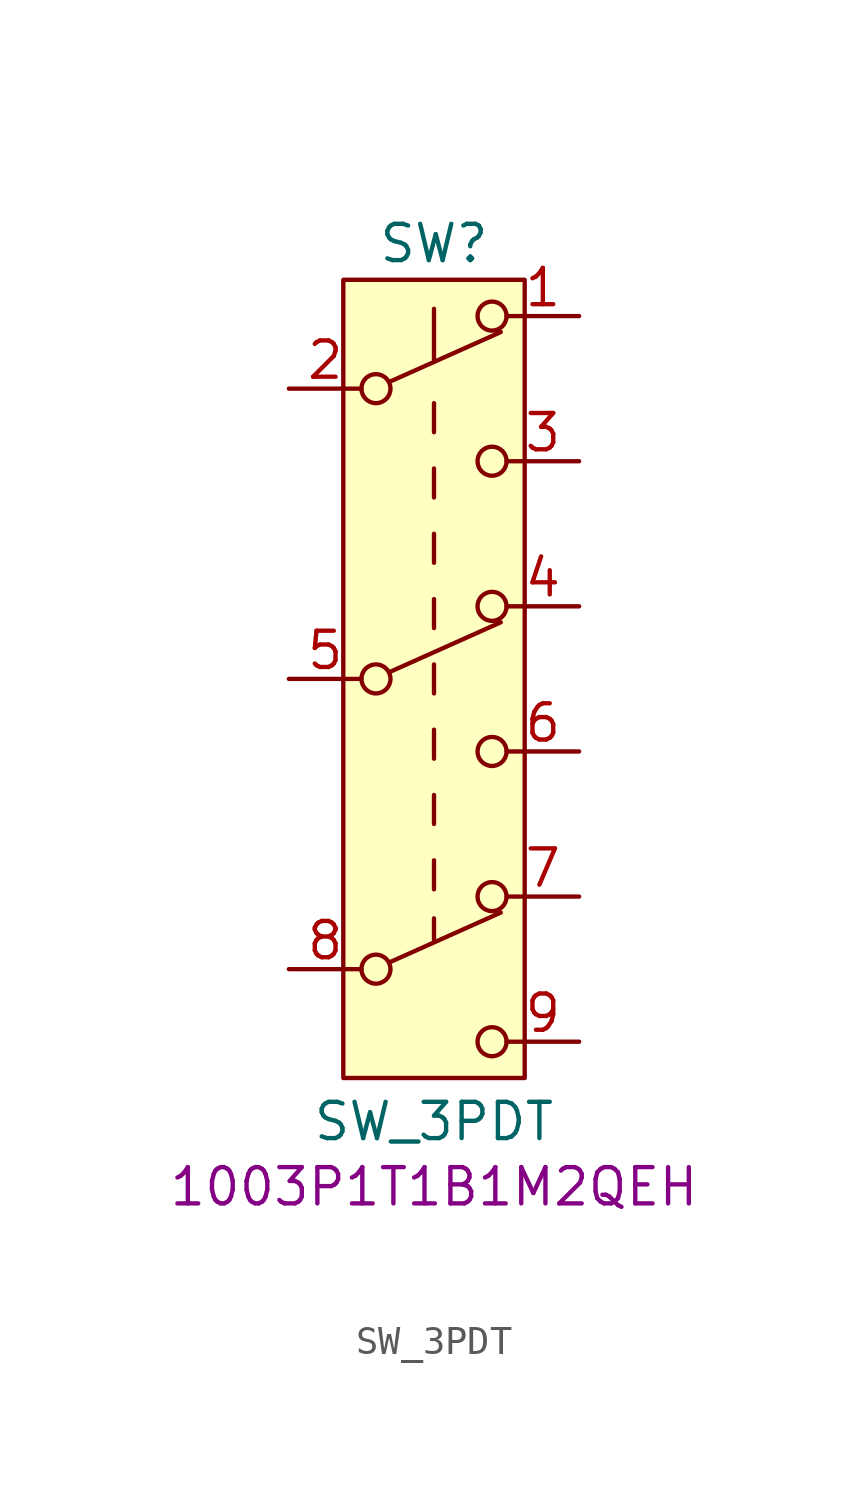
<source format=kicad_sym>
(kicad_symbol_lib
  (version 20241209)
  (generator "kicad_symbol_editor")
  (generator_version "9.0")
  (symbol "SW_3PDT"
    (pin_names
      (offset 0)
      (hide yes))
    (property "Reference" "SW"
      (at 0 10.16 0)
      (effects (font (size 1.27 1.27))))
    (property "Value" "SW_3PDT"
      (at 0 -20.574 0)
      (effects (font (size 1.27 1.27))))
    (property "MPN" "1003P1T1B1M2QEH"
      (at 0 -22.86 0)
      (effects (font (size 1.27 1.27))))
    (symbol "SW_3PDT_0_0"
      (circle (center -2.032 5.08) (radius 0.508) (stroke (width 0) (type default)) (fill (type none)))
      (circle (center -2.032 -5.08) (radius 0.508) (stroke (width 0) (type default)) (fill (type none)))
      (circle (center -2.032 -15.24) (radius 0.508) (stroke (width 0) (type default)) (fill (type none)))
      (circle (center 2.032 2.54) (radius 0.508) (stroke (width 0) (type default)) (fill (type none)))
      (circle (center 2.032 -7.62) (radius 0.508) (stroke (width 0) (type default)) (fill (type none)))
      (circle (center 2.032 -17.78) (radius 0.508) (stroke (width 0) (type default)) (fill (type none))))
    (symbol "SW_3PDT_0_1"
      (polyline (pts (xy -1.524 5.334) (xy 2.337 7.061)) (stroke (width 0) (type default)) (fill (type none)))
      (polyline (pts (xy -1.524 -4.826) (xy 2.337 -3.099)) (stroke (width 0) (type default)) (fill (type none)))
      (polyline (pts (xy -1.524 -14.986) (xy 2.337 -13.259)) (stroke (width 0) (type default)) (fill (type none)))
      (polyline (pts (xy 0 7.874) (xy 0 6.096)) (stroke (width 0) (type default)) (fill (type none)))
      (polyline (pts (xy 0 3.556) (xy 0 4.572)) (stroke (width 0) (type default)) (fill (type none)))
      (polyline (pts (xy 0 1.27) (xy 0 2.286)) (stroke (width 0) (type default)) (fill (type none)))
      (polyline (pts (xy 0 -1.016) (xy 0 0)) (stroke (width 0) (type default)) (fill (type none)))
      (polyline (pts (xy 0 -3.302) (xy 0 -2.286)) (stroke (width 0) (type default)) (fill (type none)))
      (polyline (pts (xy 0 -5.588) (xy 0 -4.572)) (stroke (width 0) (type default)) (fill (type none)))
      (polyline (pts (xy 0 -7.874) (xy 0 -6.858)) (stroke (width 0) (type default)) (fill (type none)))
      (polyline (pts (xy 0 -10.16) (xy 0 -9.144)) (stroke (width 0) (type default)) (fill (type none)))
      (polyline (pts (xy 0 -12.446) (xy 0 -11.43)) (stroke (width 0) (type default)) (fill (type none)))
      (polyline (pts (xy 0 -13.462) (xy 0 -14.224)) (stroke (width 0) (type default)) (fill (type none)))
      (circle (center 2.032 7.62) (radius 0.508) (stroke (width 0) (type default)) (fill (type none)))
      (circle (center 2.032 -2.54) (radius 0.508) (stroke (width 0) (type default)) (fill (type none)))
      (circle (center 2.032 -12.7) (radius 0.508) (stroke (width 0) (type default)) (fill (type none))))
    (symbol "SW_3PDT_1_1"
      (rectangle (start -3.175 8.89) (end 3.175 -19.05) (stroke (width 0) (type default)) (fill (type background)))
      (pin passive line (at -5.08 5.08 0) (length 2.54) (name "B" (effects (font (size 1.27 1.27)))) (number "2" (effects (font (size 1.27 1.27)))))
      (pin passive line (at -5.08 -5.08 0) (length 2.54) (name "B" (effects (font (size 1.27 1.27)))) (number "5" (effects (font (size 1.27 1.27)))))
      (pin passive line (at -5.08 -15.24 0) (length 2.54) (name "B" (effects (font (size 1.27 1.27)))) (number "8" (effects (font (size 1.27 1.27)))))
      (pin passive line (at 5.08 7.62 180) (length 2.54) (name "A" (effects (font (size 1.27 1.27)))) (number "1" (effects (font (size 1.27 1.27)))))
      (pin passive line (at 5.08 2.54 180) (length 2.54) (name "C" (effects (font (size 1.27 1.27)))) (number "3" (effects (font (size 1.27 1.27)))))
      (pin passive line (at 5.08 -2.54 180) (length 2.54) (name "A" (effects (font (size 1.27 1.27)))) (number "4" (effects (font (size 1.27 1.27)))))
      (pin passive line (at 5.08 -7.62 180) (length 2.54) (name "C" (effects (font (size 1.27 1.27)))) (number "6" (effects (font (size 1.27 1.27)))))
      (pin passive line (at 5.08 -12.7 180) (length 2.54) (name "A" (effects (font (size 1.27 1.27)))) (number "7" (effects (font (size 1.27 1.27)))))
      (pin passive line (at 5.08 -17.78 180) (length 2.54) (name "C" (effects (font (size 1.27 1.27)))) (number "9" (effects (font (size 1.27 1.27))))))))
</source>
